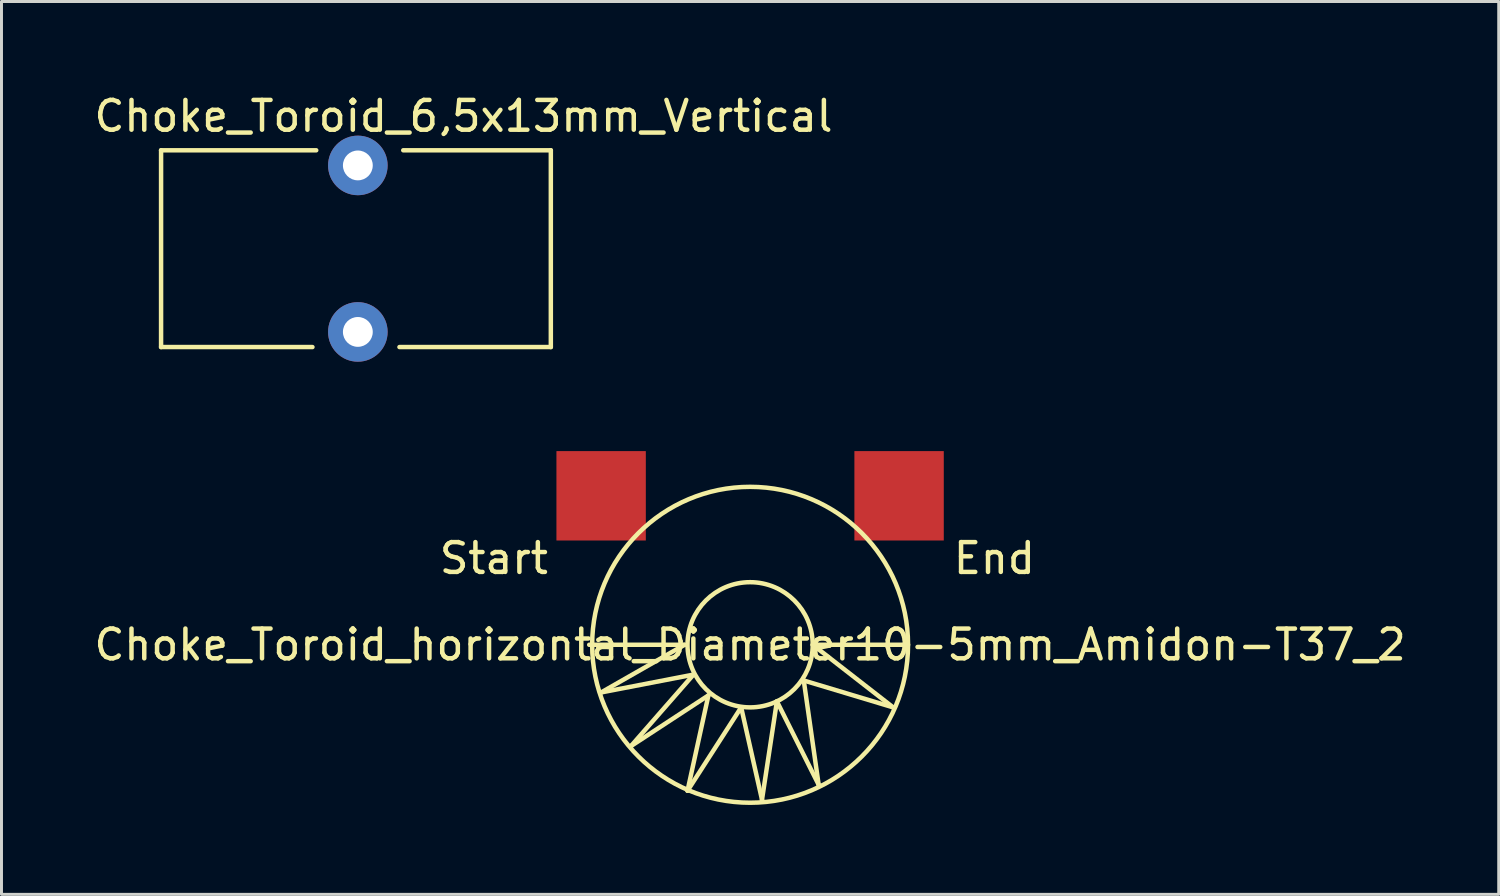
<source format=kicad_pcb>
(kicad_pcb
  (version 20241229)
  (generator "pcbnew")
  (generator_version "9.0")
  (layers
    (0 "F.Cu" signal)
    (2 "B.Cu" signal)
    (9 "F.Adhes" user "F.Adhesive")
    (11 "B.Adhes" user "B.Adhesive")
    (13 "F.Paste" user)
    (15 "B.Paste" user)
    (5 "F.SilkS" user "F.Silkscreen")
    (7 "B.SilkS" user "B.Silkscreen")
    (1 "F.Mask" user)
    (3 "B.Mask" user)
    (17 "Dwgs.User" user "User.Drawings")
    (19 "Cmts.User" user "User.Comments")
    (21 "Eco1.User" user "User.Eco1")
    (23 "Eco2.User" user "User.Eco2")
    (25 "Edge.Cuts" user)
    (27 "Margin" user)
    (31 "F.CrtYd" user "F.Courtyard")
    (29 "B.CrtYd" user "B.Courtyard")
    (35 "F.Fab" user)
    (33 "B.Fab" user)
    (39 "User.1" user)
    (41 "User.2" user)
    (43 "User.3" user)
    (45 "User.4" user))
  (footprint "Choke_Toroid_6,5x13mm_Vertical"
    (layer "F.Cu")
    (at 2.356 8.598)
    (property "Reference" "Choke_Toroid_6,5x13mm_Vertical" (at 10.15 -7.75 0) (layer "F.SilkS") (effects (font (size 1 1) (thickness 0.15))))
    (attr through_hole)
    (fp_line (start 0 -6.604) (end 0 0) (stroke (width 0.15) (type solid)) (layer "F.SilkS"))
    (fp_line (start 0 -6.604) (end 5.207 -6.604) (stroke (width 0.15) (type solid)) (layer "F.SilkS"))
    (fp_line (start 0 0) (end 5.08 0) (stroke (width 0.15) (type solid)) (layer "F.SilkS"))
    (fp_line (start 13.081 -6.604) (end 8.128 -6.604) (stroke (width 0.15) (type solid)) (layer "F.SilkS"))
    (fp_line (start 13.081 0) (end 8.001 0) (stroke (width 0.15) (type solid)) (layer "F.SilkS"))
    (fp_line (start 13.081 0) (end 13.081 -6.604) (stroke (width 0.15) (type solid)) (layer "F.SilkS"))
    (pad "1" thru_hole circle (at 6.604 -0.508) (size 1.999 1.999) (drill 1.001) (layers "*.Cu" "*.Mask"))
    (pad "2" thru_hole circle (at 6.604 -6.096) (size 1.999 1.999) (drill 1.001) (layers "*.Cu" "*.Mask")))
  (footprint "Choke_Toroid_horizontal_Diameter10-5mm_Amidon-T37_2"
    (layer "F.Cu")
    (at 22.125 18.59)
    (property "Reference" "Choke_Toroid_horizontal_Diameter10-5mm_Amidon-T37_2" (at 0 0 0) (layer "F.SilkS") (effects (font (size 1 1) (thickness 0.15))))
    (attr through_hole)
    (fp_line (start -5.4 0) (end -2.2 0) (stroke (width 0.15) (type solid)) (layer "F.SilkS"))
    (fp_line (start -5.001 1.6) (end -1.9 1.001) (stroke (width 0.15) (type solid)) (layer "F.SilkS"))
    (fp_line (start -4 3.401) (end -1.4 1.699) (stroke (width 0.15) (type solid)) (layer "F.SilkS"))
    (fp_line (start -2.2 0) (end -5.001 1.6) (stroke (width 0.15) (type solid)) (layer "F.SilkS"))
    (fp_line (start -2.101 4.9) (end -0.3 2.101) (stroke (width 0.15) (type solid)) (layer "F.SilkS"))
    (fp_line (start -1.9 1.001) (end -4 3.401) (stroke (width 0.15) (type solid)) (layer "F.SilkS"))
    (fp_line (start -1.4 1.699) (end -2.101 4.9) (stroke (width 0.15) (type solid)) (layer "F.SilkS"))
    (fp_line (start -0.3 2.101) (end 0.399 5.199) (stroke (width 0.15) (type solid)) (layer "F.SilkS"))
    (fp_line (start 0.399 5.199) (end 0.899 1.9) (stroke (width 0.15) (type solid)) (layer "F.SilkS"))
    (fp_line (start 0.899 1.9) (end 2.301 4.699) (stroke (width 0.15) (type solid)) (layer "F.SilkS"))
    (fp_line (start 1.801 1.199) (end 4.801 2.101) (stroke (width 0.15) (type solid)) (layer "F.SilkS"))
    (fp_line (start 2.101 0) (end 5.301 0) (stroke (width 0.15) (type solid)) (layer "F.SilkS"))
    (fp_line (start 2.301 4.699) (end 1.801 1.199) (stroke (width 0.15) (type solid)) (layer "F.SilkS"))
    (fp_line (start 4.801 2.101) (end 2.101 0) (stroke (width 0.15) (type solid)) (layer "F.SilkS"))
    (fp_circle (center 0 0) (end 2.101 0) (stroke (width 0.15) (type solid)) (fill no) (layer "F.SilkS"))
    (fp_circle (center 0 0) (end 5.301 0) (stroke (width 0.15) (type solid)) (fill no) (layer "F.SilkS"))
    (fp_text user "End" (at 8.199 -2.901 0) (layer "F.SilkS") (effects (font (size 1 1) (thickness 0.15))))
    (fp_text user "Start" (at -8.6 -2.901 0) (layer "F.SilkS") (effects (font (size 1 1) (thickness 0.15))))
    (pad "1" smd rect (at -5 -5) (size 3 3) (layers "F.Cu" "F.Mask" "F.Paste"))
    (pad "2" smd rect (at 5 -5) (size 3 3) (layers "F.Cu" "F.Mask" "F.Paste")))
  (gr_rect
    (start -3 -3)
    (end 47.25 26.966)
    (stroke (width 0.1) (type default))
    (fill no)
    (layer "Edge.Cuts")))
</source>
